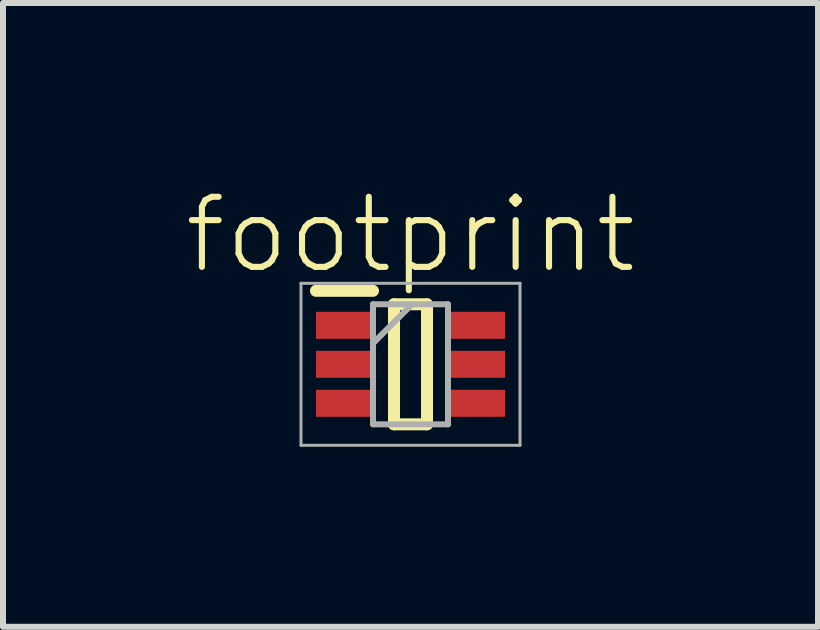
<source format=kicad_pcb>
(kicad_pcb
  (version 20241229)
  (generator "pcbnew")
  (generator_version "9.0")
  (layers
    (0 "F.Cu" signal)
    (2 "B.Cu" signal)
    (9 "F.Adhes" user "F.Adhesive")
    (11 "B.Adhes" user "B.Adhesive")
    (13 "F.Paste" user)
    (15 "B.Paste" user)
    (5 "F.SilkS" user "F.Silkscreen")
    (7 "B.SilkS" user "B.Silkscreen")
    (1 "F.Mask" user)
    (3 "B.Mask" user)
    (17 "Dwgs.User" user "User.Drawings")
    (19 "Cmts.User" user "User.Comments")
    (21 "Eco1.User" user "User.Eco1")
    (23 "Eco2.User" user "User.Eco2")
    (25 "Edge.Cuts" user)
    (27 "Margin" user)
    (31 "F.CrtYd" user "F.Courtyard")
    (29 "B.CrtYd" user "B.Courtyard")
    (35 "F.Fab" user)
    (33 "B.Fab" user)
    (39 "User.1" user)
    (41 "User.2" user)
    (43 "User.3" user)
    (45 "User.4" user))
  (footprint "footprint"
    (layer "F.Cu")
    (at 3.791 3.021)
    (property "Reference" "footprint" (at 0 -2.159 0) (layer "F.SilkS") (effects (font (size 1.168 1.168) (thickness 0.102))))
    (fp_line (start -1.575 -1.225) (end -0.625 -1.225) (stroke (width 0.2) (type solid)) (layer "F.SilkS"))
    (fp_line (start -0.275 -1) (end 0.275 -1) (stroke (width 0.2) (type solid)) (layer "F.SilkS"))
    (fp_line (start -0.275 1) (end -0.275 -1) (stroke (width 0.2) (type solid)) (layer "F.SilkS"))
    (fp_line (start 0.275 -1) (end 0.275 1) (stroke (width 0.2) (type solid)) (layer "F.SilkS"))
    (fp_line (start 0.275 1) (end -0.275 1) (stroke (width 0.2) (type solid)) (layer "F.SilkS"))
    (fp_line (start -1.825 -1.35) (end 1.825 -1.35) (stroke (width 0.05) (type solid)) (layer "F.Fab"))
    (fp_line (start -1.825 1.35) (end -1.825 -1.35) (stroke (width 0.05) (type solid)) (layer "F.Fab"))
    (fp_line (start -0.625 -1) (end 0.625 -1) (stroke (width 0.1) (type solid)) (layer "F.Fab"))
    (fp_line (start -0.625 -0.35) (end 0.025 -1) (stroke (width 0.1) (type solid)) (layer "F.Fab"))
    (fp_line (start -0.625 1) (end -0.625 -1) (stroke (width 0.1) (type solid)) (layer "F.Fab"))
    (fp_line (start 0.625 -1) (end 0.625 1) (stroke (width 0.1) (type solid)) (layer "F.Fab"))
    (fp_line (start 0.625 1) (end -0.625 1) (stroke (width 0.1) (type solid)) (layer "F.Fab"))
    (fp_line (start 1.825 -1.35) (end 1.825 1.35) (stroke (width 0.05) (type solid)) (layer "F.Fab"))
    (fp_line (start 1.825 1.35) (end -1.825 1.35) (stroke (width 0.05) (type solid)) (layer "F.Fab"))
    (pad "1" smd rect (at -1.1 -0.65) (size 0.95 0.45) (layers "F.Cu" "F.Mask" "F.Paste"))
    (pad "2" smd rect (at -1.1 0) (size 0.95 0.45) (layers "F.Cu" "F.Mask" "F.Paste"))
    (pad "3" smd rect (at -1.1 0.65) (size 0.95 0.45) (layers "F.Cu" "F.Mask" "F.Paste"))
    (pad "4" smd rect (at 1.1 0.65) (size 0.95 0.45) (layers "F.Cu" "F.Mask" "F.Paste"))
    (pad "5" smd rect (at 1.1 0) (size 0.95 0.45) (layers "F.Cu" "F.Mask" "F.Paste"))
    (pad "6" smd rect (at 1.1 -0.65) (size 0.95 0.45) (layers "F.Cu" "F.Mask" "F.Paste")))
  (gr_rect
    (start -3 -3)
    (end 10.582 7.396)
    (stroke (width 0.1) (type default))
    (fill no)
    (layer "Edge.Cuts")))
</source>
